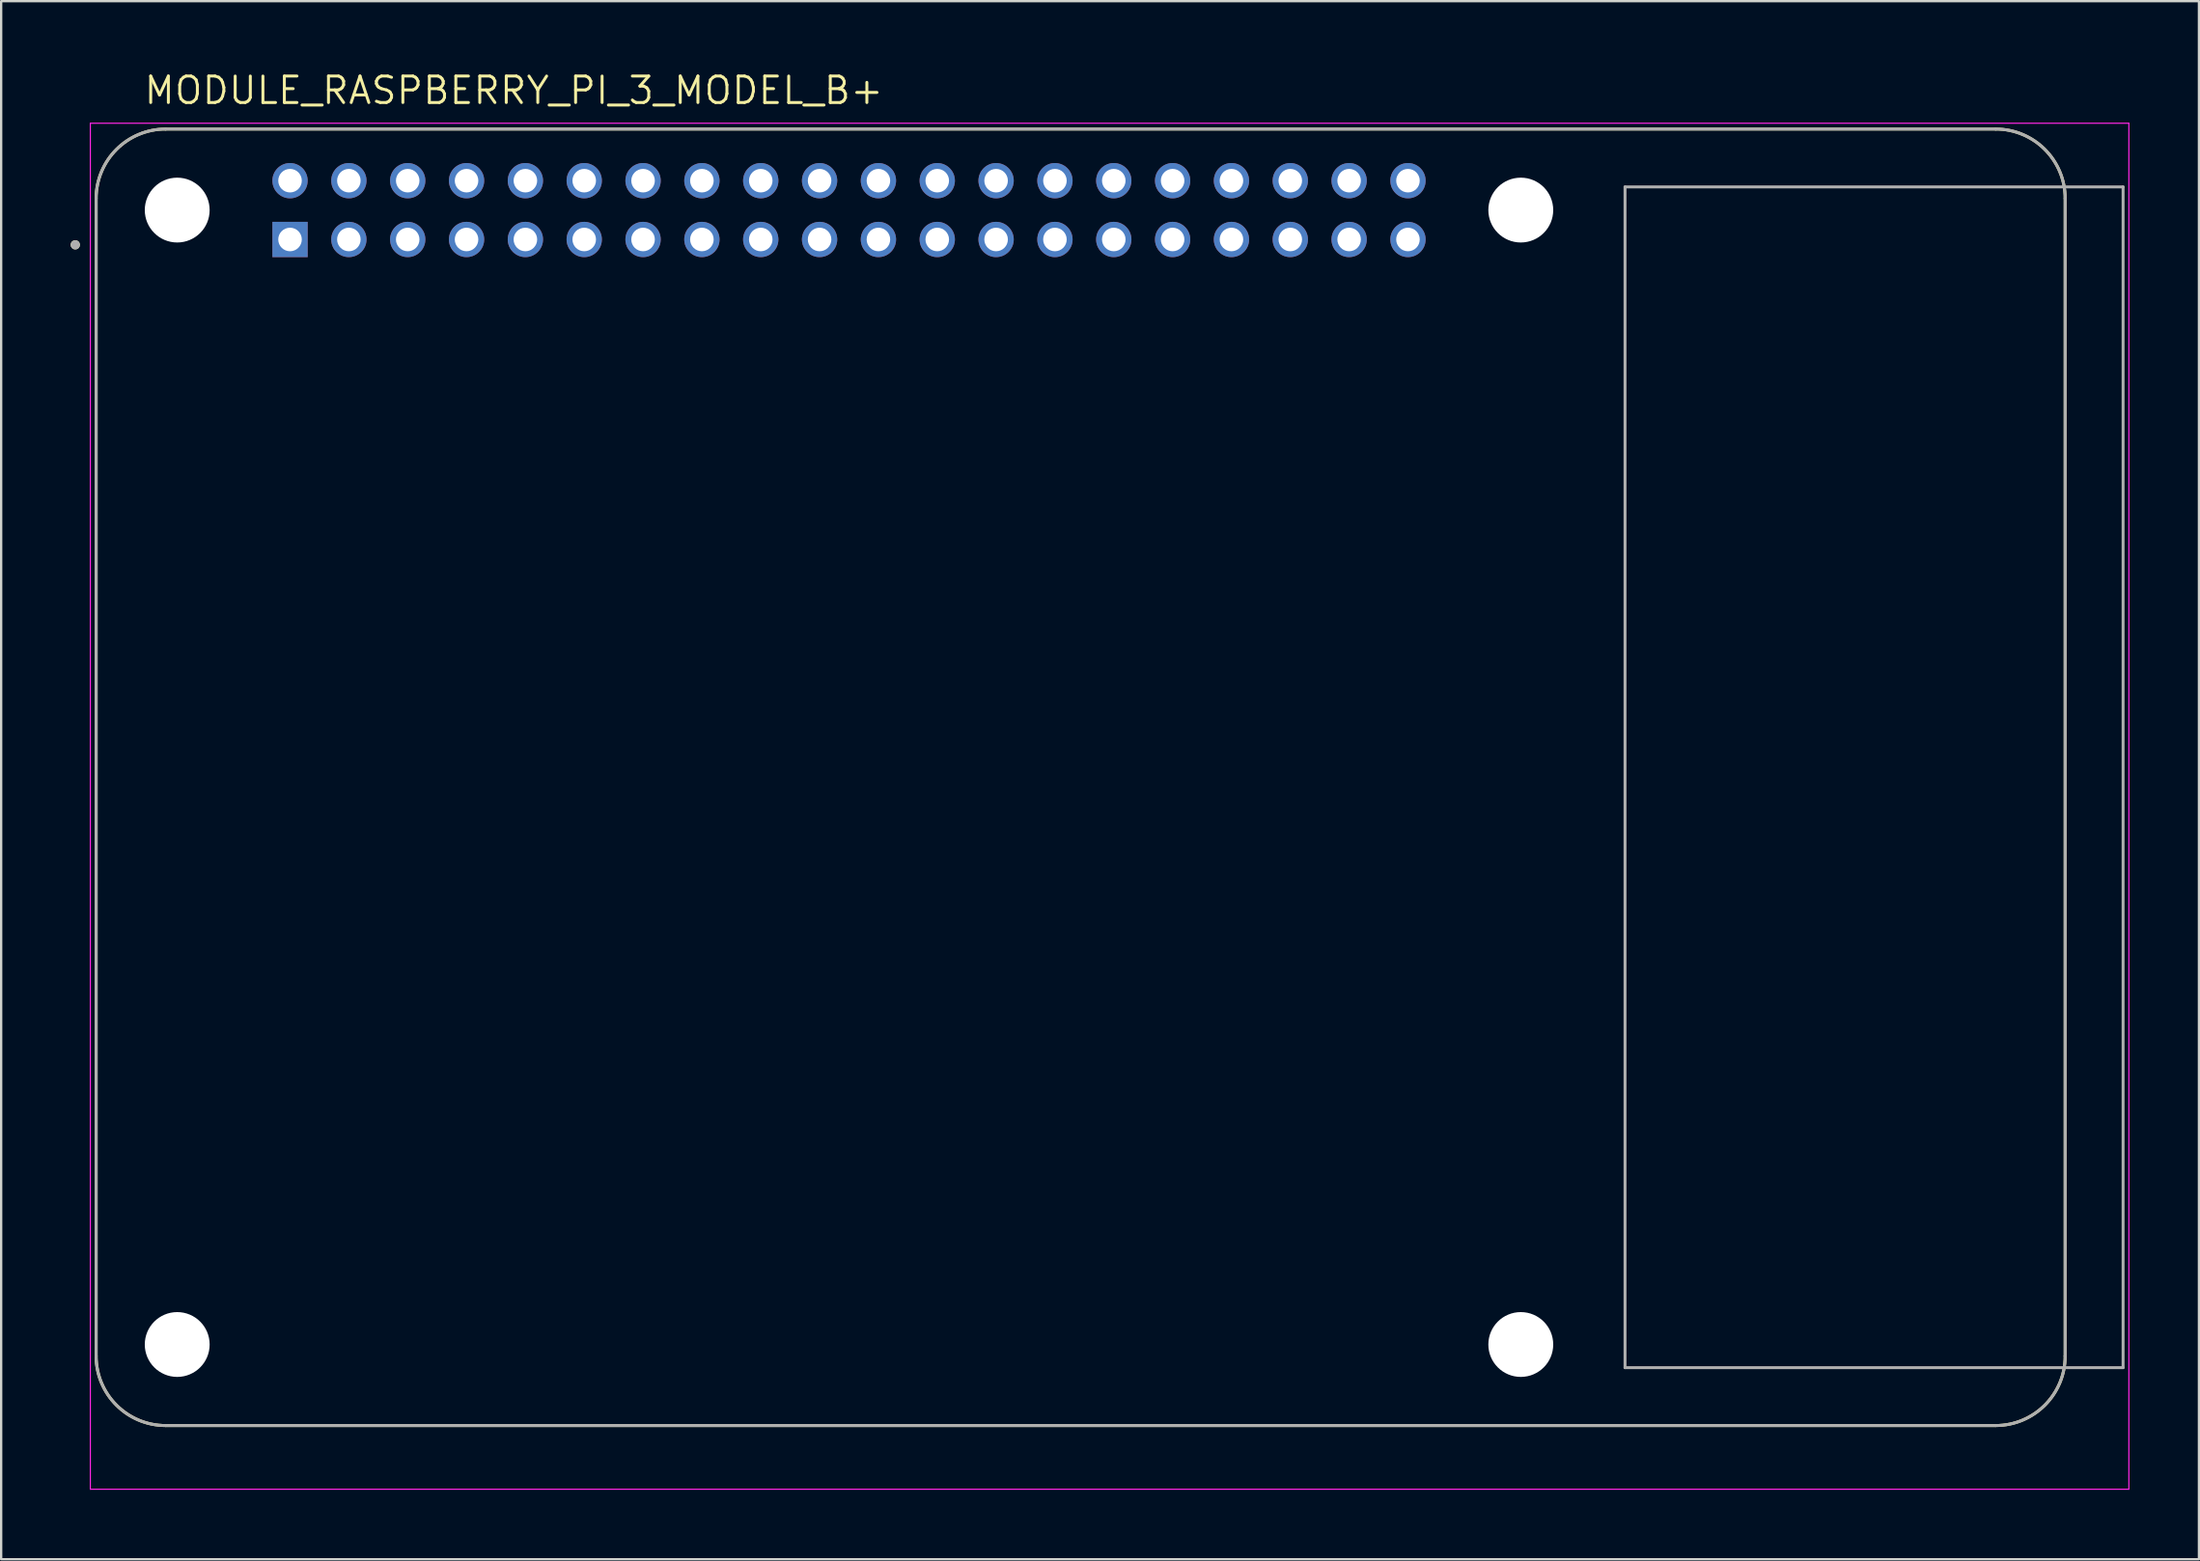
<source format=kicad_pcb>
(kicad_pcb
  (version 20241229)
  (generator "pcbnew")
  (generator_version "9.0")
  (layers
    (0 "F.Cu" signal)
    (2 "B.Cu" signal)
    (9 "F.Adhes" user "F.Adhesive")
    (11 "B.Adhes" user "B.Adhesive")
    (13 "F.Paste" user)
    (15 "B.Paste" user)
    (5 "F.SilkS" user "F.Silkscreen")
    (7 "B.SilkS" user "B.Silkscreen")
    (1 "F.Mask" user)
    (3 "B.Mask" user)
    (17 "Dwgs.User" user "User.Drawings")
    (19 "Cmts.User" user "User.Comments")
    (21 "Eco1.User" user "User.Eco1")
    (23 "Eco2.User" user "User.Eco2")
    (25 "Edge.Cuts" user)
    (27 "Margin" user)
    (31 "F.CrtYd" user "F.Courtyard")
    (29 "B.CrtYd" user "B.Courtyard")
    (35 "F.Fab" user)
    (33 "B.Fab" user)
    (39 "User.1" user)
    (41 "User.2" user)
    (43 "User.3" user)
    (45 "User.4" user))
  (footprint "MODULE_RASPBERRY_PI_3_MODEL_B+"
    (layer "F.Cu")
    (at 43.6 30.524)
    (property "Reference" "MODULE_RASPBERRY_PI_3_MODEL_B+" (at -40.5 -29 0) (layer "F.SilkS") (effects (font (size 1.143 1.143) (thickness 0.127)) (justify left bottom)))
    (fp_line (start -42.5 -25) (end -42.5 25) (stroke (width 0.127) (type solid)) (layer "F.SilkS"))
    (fp_line (start -39.5 28) (end 39.5 28) (stroke (width 0.127) (type solid)) (layer "F.SilkS"))
    (fp_line (start 39.5 -28) (end -39.5 -28) (stroke (width 0.127) (type solid)) (layer "F.SilkS"))
    (fp_line (start 42.5 25) (end 42.5 -25) (stroke (width 0.127) (type solid)) (layer "F.SilkS"))
    (fp_arc (start -42.5 -25) (mid -41.62132 -27.12132) (end -39.5 -28) (stroke (width 0.127) (type solid)) (layer "F.SilkS"))
    (fp_arc (start -39.5 28) (mid -41.62132 27.12132) (end -42.5 25) (stroke (width 0.127) (type solid)) (layer "F.SilkS"))
    (fp_arc (start 39.5 -28) (mid 41.62132 -27.12132) (end 42.5 -25) (stroke (width 0.127) (type solid)) (layer "F.SilkS"))
    (fp_arc (start 42.5 25) (mid 41.62132 27.12132) (end 39.5 28) (stroke (width 0.127) (type solid)) (layer "F.SilkS"))
    (fp_circle (center -43.4 -23) (end -43.3 -23) (stroke (width 0.2) (type solid)) (fill no) (layer "F.SilkS"))
    (fp_line (start -42.75 -28.25) (end 45.25 -28.25) (stroke (width 0.05) (type solid)) (layer "F.CrtYd"))
    (fp_line (start -42.75 30.75) (end -42.75 -28.25) (stroke (width 0.05) (type solid)) (layer "F.CrtYd"))
    (fp_line (start 45.25 -28.25) (end 45.25 30.75) (stroke (width 0.05) (type solid)) (layer "F.CrtYd"))
    (fp_line (start 45.25 30.75) (end -42.75 30.75) (stroke (width 0.05) (type solid)) (layer "F.CrtYd"))
    (fp_line (start -42.5 -25) (end -42.5 25) (stroke (width 0.127) (type solid)) (layer "F.Fab"))
    (fp_line (start -39.5 28) (end 39.5 28) (stroke (width 0.127) (type solid)) (layer "F.Fab"))
    (fp_line (start 23.5 -25.5) (end 23.5 25.5) (stroke (width 0.127) (type solid)) (layer "F.Fab"))
    (fp_line (start 23.5 25.5) (end 45 25.5) (stroke (width 0.127) (type solid)) (layer "F.Fab"))
    (fp_line (start 39.5 -28) (end -39.5 -28) (stroke (width 0.127) (type solid)) (layer "F.Fab"))
    (fp_line (start 42.5 25) (end 42.5 -25) (stroke (width 0.127) (type solid)) (layer "F.Fab"))
    (fp_line (start 45 -25.5) (end 23.5 -25.5) (stroke (width 0.127) (type solid)) (layer "F.Fab"))
    (fp_line (start 45 25.5) (end 45 -25.5) (stroke (width 0.127) (type solid)) (layer "F.Fab"))
    (fp_arc (start -42.5 -25) (mid -41.62132 -27.12132) (end -39.5 -28) (stroke (width 0.127) (type solid)) (layer "F.Fab"))
    (fp_arc (start -39.5 28) (mid -41.62132 27.12132) (end -42.5 25) (stroke (width 0.127) (type solid)) (layer "F.Fab"))
    (fp_arc (start 39.5 -28) (mid 41.62132 -27.12132) (end 42.5 -25) (stroke (width 0.127) (type solid)) (layer "F.Fab"))
    (fp_arc (start 42.5 25) (mid 41.62132 27.12132) (end 39.5 28) (stroke (width 0.127) (type solid)) (layer "F.Fab"))
    (fp_circle (center -43.4 -23) (end -43.3 -23) (stroke (width 0.2) (type solid)) (fill no) (layer "F.Fab"))
    (pad "" np_thru_hole circle (at -39 -24.5) (size 2.8 2.8) (drill 2.8) (layers "*.Cu" "*.Mask"))
    (pad "" np_thru_hole circle (at -39 24.5) (size 2.8 2.8) (drill 2.8) (layers "*.Cu" "*.Mask"))
    (pad "" np_thru_hole circle (at 19 -24.5) (size 2.8 2.8) (drill 2.8) (layers "*.Cu" "*.Mask"))
    (pad "" np_thru_hole circle (at 19 24.5) (size 2.8 2.8) (drill 2.8) (layers "*.Cu" "*.Mask"))
    (pad "1" thru_hole rect (at -34.13 -23.23) (size 1.524 1.524) (drill 1.016) (layers "*.Cu" "*.Mask"))
    (pad "2" thru_hole circle (at -34.13 -25.77) (size 1.524 1.524) (drill 1.016) (layers "*.Cu" "*.Mask"))
    (pad "3" thru_hole circle (at -31.59 -23.23) (size 1.524 1.524) (drill 1.016) (layers "*.Cu" "*.Mask"))
    (pad "4" thru_hole circle (at -31.59 -25.77) (size 1.524 1.524) (drill 1.016) (layers "*.Cu" "*.Mask"))
    (pad "5" thru_hole circle (at -29.05 -23.23) (size 1.524 1.524) (drill 1.016) (layers "*.Cu" "*.Mask"))
    (pad "6" thru_hole circle (at -29.05 -25.77) (size 1.524 1.524) (drill 1.016) (layers "*.Cu" "*.Mask"))
    (pad "7" thru_hole circle (at -26.51 -23.23) (size 1.524 1.524) (drill 1.016) (layers "*.Cu" "*.Mask"))
    (pad "8" thru_hole circle (at -26.51 -25.77) (size 1.524 1.524) (drill 1.016) (layers "*.Cu" "*.Mask"))
    (pad "9" thru_hole circle (at -23.97 -23.23) (size 1.524 1.524) (drill 1.016) (layers "*.Cu" "*.Mask"))
    (pad "10" thru_hole circle (at -23.97 -25.77) (size 1.524 1.524) (drill 1.016) (layers "*.Cu" "*.Mask"))
    (pad "11" thru_hole circle (at -21.43 -23.23) (size 1.524 1.524) (drill 1.016) (layers "*.Cu" "*.Mask"))
    (pad "12" thru_hole circle (at -21.43 -25.77) (size 1.524 1.524) (drill 1.016) (layers "*.Cu" "*.Mask"))
    (pad "13" thru_hole circle (at -18.89 -23.23) (size 1.524 1.524) (drill 1.016) (layers "*.Cu" "*.Mask"))
    (pad "14" thru_hole circle (at -18.89 -25.77) (size 1.524 1.524) (drill 1.016) (layers "*.Cu" "*.Mask"))
    (pad "15" thru_hole circle (at -16.35 -23.23) (size 1.524 1.524) (drill 1.016) (layers "*.Cu" "*.Mask"))
    (pad "16" thru_hole circle (at -16.35 -25.77) (size 1.524 1.524) (drill 1.016) (layers "*.Cu" "*.Mask"))
    (pad "17" thru_hole circle (at -13.81 -23.23) (size 1.524 1.524) (drill 1.016) (layers "*.Cu" "*.Mask"))
    (pad "18" thru_hole circle (at -13.81 -25.77) (size 1.524 1.524) (drill 1.016) (layers "*.Cu" "*.Mask"))
    (pad "19" thru_hole circle (at -11.27 -23.23) (size 1.524 1.524) (drill 1.016) (layers "*.Cu" "*.Mask"))
    (pad "20" thru_hole circle (at -11.27 -25.77) (size 1.524 1.524) (drill 1.016) (layers "*.Cu" "*.Mask"))
    (pad "21" thru_hole circle (at -8.73 -23.23) (size 1.524 1.524) (drill 1.016) (layers "*.Cu" "*.Mask"))
    (pad "22" thru_hole circle (at -8.73 -25.77) (size 1.524 1.524) (drill 1.016) (layers "*.Cu" "*.Mask"))
    (pad "23" thru_hole circle (at -6.19 -23.23) (size 1.524 1.524) (drill 1.016) (layers "*.Cu" "*.Mask"))
    (pad "24" thru_hole circle (at -6.19 -25.77) (size 1.524 1.524) (drill 1.016) (layers "*.Cu" "*.Mask"))
    (pad "25" thru_hole circle (at -3.65 -23.23) (size 1.524 1.524) (drill 1.016) (layers "*.Cu" "*.Mask"))
    (pad "26" thru_hole circle (at -3.65 -25.77) (size 1.524 1.524) (drill 1.016) (layers "*.Cu" "*.Mask"))
    (pad "27" thru_hole circle (at -1.11 -23.23) (size 1.524 1.524) (drill 1.016) (layers "*.Cu" "*.Mask"))
    (pad "28" thru_hole circle (at -1.11 -25.77) (size 1.524 1.524) (drill 1.016) (layers "*.Cu" "*.Mask"))
    (pad "29" thru_hole circle (at 1.43 -23.23) (size 1.524 1.524) (drill 1.016) (layers "*.Cu" "*.Mask"))
    (pad "30" thru_hole circle (at 1.43 -25.77) (size 1.524 1.524) (drill 1.016) (layers "*.Cu" "*.Mask"))
    (pad "31" thru_hole circle (at 3.97 -23.23) (size 1.524 1.524) (drill 1.016) (layers "*.Cu" "*.Mask"))
    (pad "32" thru_hole circle (at 3.97 -25.77) (size 1.524 1.524) (drill 1.016) (layers "*.Cu" "*.Mask"))
    (pad "33" thru_hole circle (at 6.51 -23.23) (size 1.524 1.524) (drill 1.016) (layers "*.Cu" "*.Mask"))
    (pad "34" thru_hole circle (at 6.51 -25.77) (size 1.524 1.524) (drill 1.016) (layers "*.Cu" "*.Mask"))
    (pad "35" thru_hole circle (at 9.05 -23.23) (size 1.524 1.524) (drill 1.016) (layers "*.Cu" "*.Mask"))
    (pad "36" thru_hole circle (at 9.05 -25.77) (size 1.524 1.524) (drill 1.016) (layers "*.Cu" "*.Mask"))
    (pad "37" thru_hole circle (at 11.59 -23.23) (size 1.524 1.524) (drill 1.016) (layers "*.Cu" "*.Mask"))
    (pad "38" thru_hole circle (at 11.59 -25.77) (size 1.524 1.524) (drill 1.016) (layers "*.Cu" "*.Mask"))
    (pad "39" thru_hole circle (at 14.13 -23.23) (size 1.524 1.524) (drill 1.016) (layers "*.Cu" "*.Mask"))
    (pad "40" thru_hole circle (at 14.13 -25.77) (size 1.524 1.524) (drill 1.016) (layers "*.Cu" "*.Mask")))
  (gr_rect
    (start -3 -3)
    (end 91.875 64.299)
    (stroke (width 0.1) (type default))
    (fill no)
    (layer "Edge.Cuts")))
</source>
